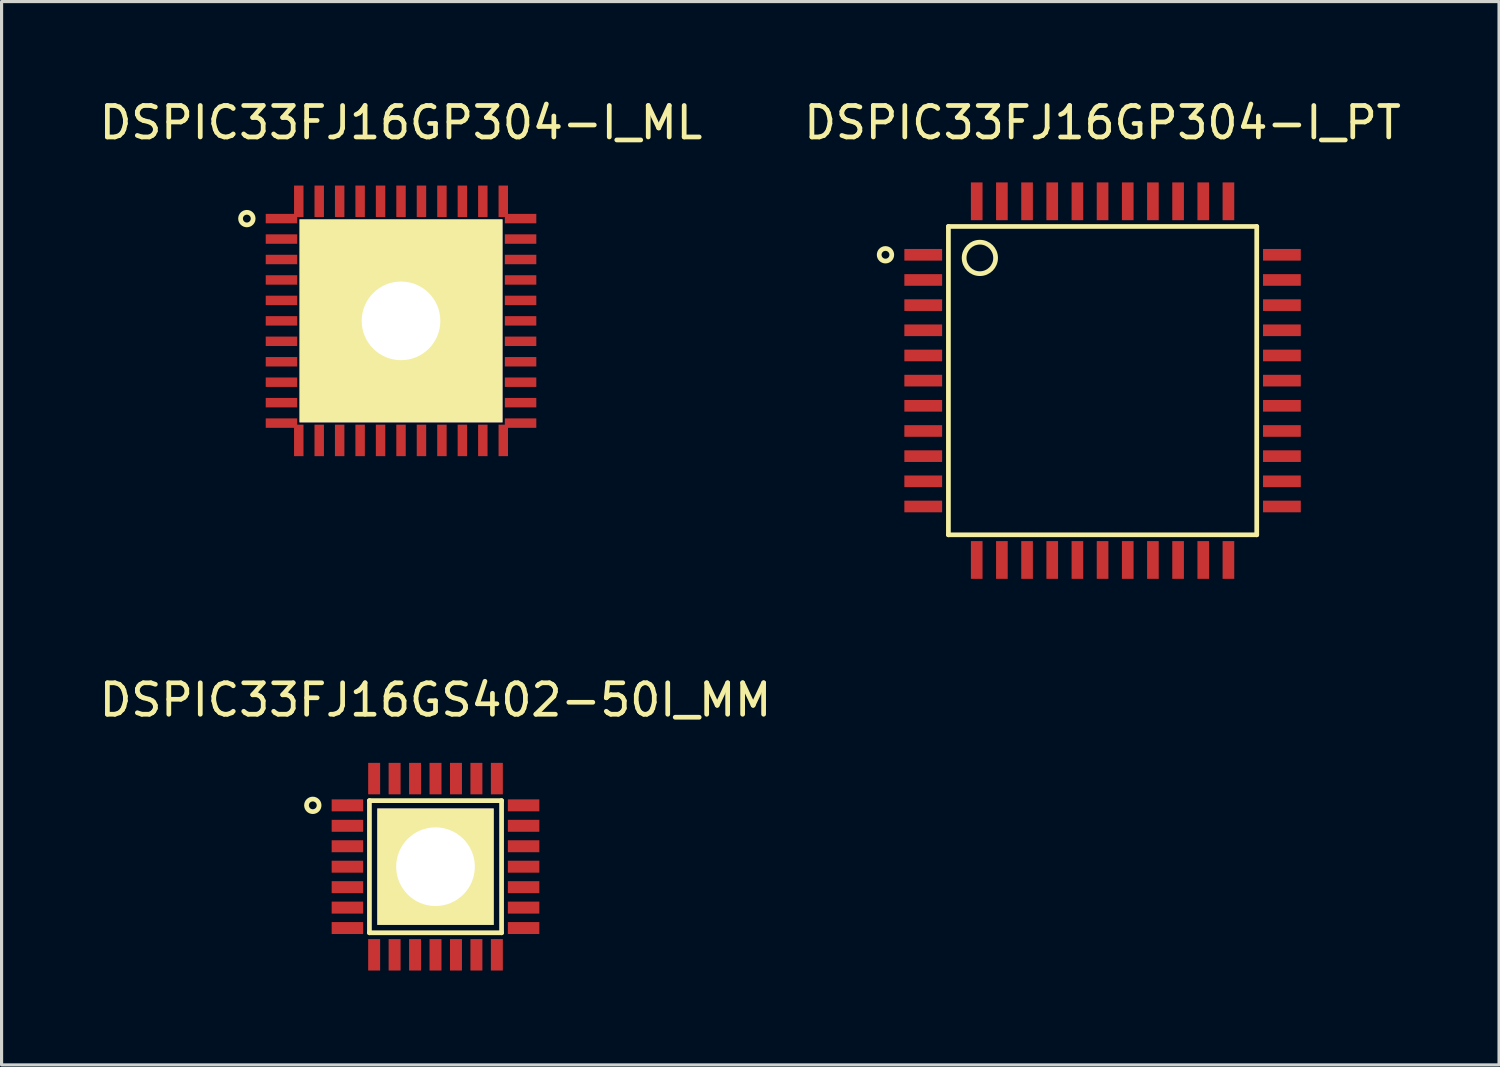
<source format=kicad_pcb>
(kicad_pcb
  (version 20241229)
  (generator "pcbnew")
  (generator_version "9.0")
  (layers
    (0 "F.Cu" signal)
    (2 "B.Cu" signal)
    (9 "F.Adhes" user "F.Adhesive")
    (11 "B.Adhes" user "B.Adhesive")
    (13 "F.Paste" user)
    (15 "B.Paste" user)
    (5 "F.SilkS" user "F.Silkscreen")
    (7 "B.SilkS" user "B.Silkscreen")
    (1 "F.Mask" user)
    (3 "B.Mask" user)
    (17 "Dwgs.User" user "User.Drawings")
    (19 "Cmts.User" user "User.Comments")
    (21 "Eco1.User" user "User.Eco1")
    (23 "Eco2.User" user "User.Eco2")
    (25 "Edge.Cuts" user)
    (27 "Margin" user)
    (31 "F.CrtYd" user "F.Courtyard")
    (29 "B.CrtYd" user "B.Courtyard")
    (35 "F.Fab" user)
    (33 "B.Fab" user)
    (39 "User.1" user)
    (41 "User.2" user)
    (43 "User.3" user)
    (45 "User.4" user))
  (footprint "DSPIC33FJ16GP304-I_PT"
    (layer "F.Cu")
    (at 26.294 3.348)
    (property "Reference" "DSPIC33FJ16GP304-I_PT" (at 5.7 -2.5 0) (layer "F.SilkS") (effects (font (size 1 1) (thickness 0.15))))
    (attr through_hole)
    (fp_line (start 0.8 0.8) (end 0.8 10.6) (stroke (width 0.15) (type solid)) (layer "F.SilkS"))
    (fp_line (start 0.8 0.8) (end 10.6 0.8) (stroke (width 0.15) (type solid)) (layer "F.SilkS"))
    (fp_line (start 0.8 10.6) (end 10.6 10.6) (stroke (width 0.15) (type solid)) (layer "F.SilkS"))
    (fp_line (start 10.6 10.6) (end 10.6 0.8) (stroke (width 0.15) (type solid)) (layer "F.SilkS"))
    (fp_circle (center -1.2 1.7) (end -1.2 1.5) (stroke (width 0.15) (type solid)) (fill no) (layer "F.SilkS"))
    (fp_circle (center 1.8 1.8) (end 1.8 1.3) (stroke (width 0.15) (type solid)) (fill no) (layer "F.SilkS"))
    (pad "1" smd rect (at 0 1.7) (size 1.2 0.37) (layers "F.Cu" "F.Mask" "F.Paste"))
    (pad "2" smd rect (at 0 2.5) (size 1.2 0.37) (layers "F.Cu" "F.Mask" "F.Paste"))
    (pad "3" smd rect (at 0 3.3) (size 1.2 0.37) (layers "F.Cu" "F.Mask" "F.Paste"))
    (pad "4" smd rect (at 0 4.1) (size 1.2 0.37) (layers "F.Cu" "F.Mask" "F.Paste"))
    (pad "5" smd rect (at 0 4.9) (size 1.2 0.37) (layers "F.Cu" "F.Mask" "F.Paste"))
    (pad "6" smd rect (at 0 5.7) (size 1.2 0.37) (layers "F.Cu" "F.Mask" "F.Paste"))
    (pad "7" smd rect (at 0 6.5) (size 1.2 0.37) (layers "F.Cu" "F.Mask" "F.Paste"))
    (pad "8" smd rect (at 0 7.3) (size 1.2 0.37) (layers "F.Cu" "F.Mask" "F.Paste"))
    (pad "9" smd rect (at 0 8.1) (size 1.2 0.37) (layers "F.Cu" "F.Mask" "F.Paste"))
    (pad "10" smd rect (at 0 8.9) (size 1.2 0.37) (layers "F.Cu" "F.Mask" "F.Paste"))
    (pad "11" smd rect (at 0 9.7) (size 1.2 0.37) (layers "F.Cu" "F.Mask" "F.Paste"))
    (pad "12" smd rect (at 1.7 11.4) (size 0.37 1.2) (layers "F.Cu" "F.Mask" "F.Paste"))
    (pad "13" smd rect (at 2.5 11.4) (size 0.37 1.2) (layers "F.Cu" "F.Mask" "F.Paste"))
    (pad "14" smd rect (at 3.3 11.4) (size 0.37 1.2) (layers "F.Cu" "F.Mask" "F.Paste"))
    (pad "15" smd rect (at 4.1 11.4) (size 0.37 1.2) (layers "F.Cu" "F.Mask" "F.Paste"))
    (pad "16" smd rect (at 4.9 11.4) (size 0.37 1.2) (layers "F.Cu" "F.Mask" "F.Paste"))
    (pad "17" smd rect (at 5.7 11.4) (size 0.37 1.2) (layers "F.Cu" "F.Mask" "F.Paste"))
    (pad "18" smd rect (at 6.5 11.4) (size 0.37 1.2) (layers "F.Cu" "F.Mask" "F.Paste"))
    (pad "19" smd rect (at 7.3 11.4) (size 0.37 1.2) (layers "F.Cu" "F.Mask" "F.Paste"))
    (pad "20" smd rect (at 8.1 11.4) (size 0.37 1.2) (layers "F.Cu" "F.Mask" "F.Paste"))
    (pad "21" smd rect (at 8.9 11.4) (size 0.37 1.2) (layers "F.Cu" "F.Mask" "F.Paste"))
    (pad "22" smd rect (at 9.7 11.4) (size 0.37 1.2) (layers "F.Cu" "F.Mask" "F.Paste"))
    (pad "23" smd rect (at 11.4 9.7) (size 1.2 0.37) (layers "F.Cu" "F.Mask" "F.Paste"))
    (pad "24" smd rect (at 11.4 8.9) (size 1.2 0.37) (layers "F.Cu" "F.Mask" "F.Paste"))
    (pad "25" smd rect (at 11.4 8.1) (size 1.2 0.37) (layers "F.Cu" "F.Mask" "F.Paste"))
    (pad "26" smd rect (at 11.4 7.3) (size 1.2 0.37) (layers "F.Cu" "F.Mask" "F.Paste"))
    (pad "27" smd rect (at 11.4 6.5) (size 1.2 0.37) (layers "F.Cu" "F.Mask" "F.Paste"))
    (pad "28" smd rect (at 11.4 5.7) (size 1.2 0.37) (layers "F.Cu" "F.Mask" "F.Paste"))
    (pad "29" smd rect (at 11.4 4.9) (size 1.2 0.37) (layers "F.Cu" "F.Mask" "F.Paste"))
    (pad "30" smd rect (at 11.4 4.1) (size 1.2 0.37) (layers "F.Cu" "F.Mask" "F.Paste"))
    (pad "31" smd rect (at 11.4 3.3) (size 1.2 0.37) (layers "F.Cu" "F.Mask" "F.Paste"))
    (pad "32" smd rect (at 11.4 2.5) (size 1.2 0.37) (layers "F.Cu" "F.Mask" "F.Paste"))
    (pad "33" smd rect (at 11.4 1.7) (size 1.2 0.37) (layers "F.Cu" "F.Mask" "F.Paste"))
    (pad "34" smd rect (at 9.7 0) (size 0.37 1.2) (layers "F.Cu" "F.Mask" "F.Paste"))
    (pad "35" smd rect (at 8.9 0) (size 0.37 1.2) (layers "F.Cu" "F.Mask" "F.Paste"))
    (pad "36" smd rect (at 8.1 0) (size 0.37 1.2) (layers "F.Cu" "F.Mask" "F.Paste"))
    (pad "37" smd rect (at 7.3 0) (size 0.37 1.2) (layers "F.Cu" "F.Mask" "F.Paste"))
    (pad "38" smd rect (at 6.5 0) (size 0.37 1.2) (layers "F.Cu" "F.Mask" "F.Paste"))
    (pad "39" smd rect (at 5.7 0) (size 0.37 1.2) (layers "F.Cu" "F.Mask" "F.Paste"))
    (pad "40" smd rect (at 4.9 0) (size 0.37 1.2) (layers "F.Cu" "F.Mask" "F.Paste"))
    (pad "41" smd rect (at 4.1 0) (size 0.37 1.2) (layers "F.Cu" "F.Mask" "F.Paste"))
    (pad "42" smd rect (at 3.3 0) (size 0.37 1.2) (layers "F.Cu" "F.Mask" "F.Paste"))
    (pad "43" smd rect (at 2.5 0) (size 0.37 1.2) (layers "F.Cu" "F.Mask" "F.Paste"))
    (pad "44" smd rect (at 1.7 0) (size 0.37 1.2) (layers "F.Cu" "F.Mask" "F.Paste")))
  (footprint "DSPIC33FJ16GP304-I_ML"
    (layer "F.Cu")
    (at 5.896 3.348)
    (property "Reference" "DSPIC33FJ16GP304-I_ML" (at 3.8 -2.5 0) (layer "F.SilkS") (effects (font (size 1 1) (thickness 0.15))))
    (attr through_hole)
    (fp_line (start 0.7 0.7) (end 0.7 6.9) (stroke (width 0.15) (type solid)) (layer "F.SilkS"))
    (fp_line (start 0.7 0.7) (end 6.9 0.7) (stroke (width 0.15) (type solid)) (layer "F.SilkS"))
    (fp_line (start 0.7 6.9) (end 6.9 6.9) (stroke (width 0.15) (type solid)) (layer "F.SilkS"))
    (fp_line (start 6.9 6.9) (end 6.9 0.7) (stroke (width 0.15) (type solid)) (layer "F.SilkS"))
    (fp_circle (center -1.1 0.55) (end -1.1 0.35) (stroke (width 0.15) (type solid)) (fill no) (layer "F.SilkS"))
    (fp_circle (center 1.7 1.7) (end 1.7 1.2) (stroke (width 0.15) (type solid)) (fill no) (layer "F.SilkS"))
    (pad "1" smd rect (at 0 0.55) (size 1 0.3) (layers "F.Cu" "F.Mask" "F.Paste"))
    (pad "2" smd rect (at 0 1.2) (size 1 0.3) (layers "F.Cu" "F.Mask" "F.Paste"))
    (pad "3" smd rect (at 0 1.85) (size 1 0.3) (layers "F.Cu" "F.Mask" "F.Paste"))
    (pad "4" smd rect (at 0 2.5) (size 1 0.3) (layers "F.Cu" "F.Mask" "F.Paste"))
    (pad "5" smd rect (at 0 3.15) (size 1 0.3) (layers "F.Cu" "F.Mask" "F.Paste"))
    (pad "6" smd rect (at 0 3.8) (size 1 0.3) (layers "F.Cu" "F.Mask" "F.Paste"))
    (pad "7" smd rect (at 0 4.45) (size 1 0.3) (layers "F.Cu" "F.Mask" "F.Paste"))
    (pad "8" smd rect (at 0 5.1) (size 1 0.3) (layers "F.Cu" "F.Mask" "F.Paste"))
    (pad "9" smd rect (at 0 5.75) (size 1 0.3) (layers "F.Cu" "F.Mask" "F.Paste"))
    (pad "10" smd rect (at 0 6.4) (size 1 0.3) (layers "F.Cu" "F.Mask" "F.Paste"))
    (pad "11" smd rect (at 0 7.05) (size 1 0.3) (layers "F.Cu" "F.Mask" "F.Paste"))
    (pad "12" smd rect (at 0.55 7.6) (size 0.3 1) (layers "F.Cu" "F.Mask" "F.Paste"))
    (pad "13" smd rect (at 1.2 7.6) (size 0.3 1) (layers "F.Cu" "F.Mask" "F.Paste"))
    (pad "14" smd rect (at 1.85 7.6) (size 0.3 1) (layers "F.Cu" "F.Mask" "F.Paste"))
    (pad "15" smd rect (at 2.5 7.6) (size 0.3 1) (layers "F.Cu" "F.Mask" "F.Paste"))
    (pad "16" smd rect (at 3.15 7.6) (size 0.3 1) (layers "F.Cu" "F.Mask" "F.Paste"))
    (pad "17" smd rect (at 3.8 7.6) (size 0.3 1) (layers "F.Cu" "F.Mask" "F.Paste"))
    (pad "18" smd rect (at 4.45 7.6) (size 0.3 1) (layers "F.Cu" "F.Mask" "F.Paste"))
    (pad "19" smd rect (at 5.1 7.6) (size 0.3 1) (layers "F.Cu" "F.Mask" "F.Paste"))
    (pad "20" smd rect (at 5.75 7.6) (size 0.3 1) (layers "F.Cu" "F.Mask" "F.Paste"))
    (pad "21" smd rect (at 6.4 7.6) (size 0.3 1) (layers "F.Cu" "F.Mask" "F.Paste"))
    (pad "22" smd rect (at 7.05 7.6) (size 0.3 1) (layers "F.Cu" "F.Mask" "F.Paste"))
    (pad "23" smd rect (at 7.6 7.05) (size 1 0.3) (layers "F.Cu" "F.Mask" "F.Paste"))
    (pad "24" smd rect (at 7.6 6.4) (size 1 0.3) (layers "F.Cu" "F.Mask" "F.Paste"))
    (pad "25" smd rect (at 7.6 5.75) (size 1 0.3) (layers "F.Cu" "F.Mask" "F.Paste"))
    (pad "26" smd rect (at 7.6 5.1) (size 1 0.3) (layers "F.Cu" "F.Mask" "F.Paste"))
    (pad "27" smd rect (at 7.6 4.45) (size 1 0.3) (layers "F.Cu" "F.Mask" "F.Paste"))
    (pad "28" smd rect (at 7.6 3.8) (size 1 0.3) (layers "F.Cu" "F.Mask" "F.Paste"))
    (pad "29" smd rect (at 7.6 3.15) (size 1 0.3) (layers "F.Cu" "F.Mask" "F.Paste"))
    (pad "30" smd rect (at 7.6 2.5) (size 1 0.3) (layers "F.Cu" "F.Mask" "F.Paste"))
    (pad "31" smd rect (at 7.6 1.85) (size 1 0.3) (layers "F.Cu" "F.Mask" "F.Paste"))
    (pad "32" smd rect (at 7.6 1.2) (size 1 0.3) (layers "F.Cu" "F.Mask" "F.Paste"))
    (pad "33" smd rect (at 7.6 0.55) (size 1 0.3) (layers "F.Cu" "F.Mask" "F.Paste"))
    (pad "34" smd rect (at 7.05 0) (size 0.3 1) (layers "F.Cu" "F.Mask" "F.Paste"))
    (pad "35" smd rect (at 6.4 0) (size 0.3 1) (layers "F.Cu" "F.Mask" "F.Paste"))
    (pad "36" smd rect (at 5.75 0) (size 0.3 1) (layers "F.Cu" "F.Mask" "F.Paste"))
    (pad "37" smd rect (at 5.1 0) (size 0.3 1) (layers "F.Cu" "F.Mask" "F.Paste"))
    (pad "38" smd rect (at 4.45 0) (size 0.3 1) (layers "F.Cu" "F.Mask" "F.Paste"))
    (pad "39" smd rect (at 3.8 0) (size 0.3 1) (layers "F.Cu" "F.Mask" "F.Paste"))
    (pad "40" smd rect (at 3.15 0) (size 0.3 1) (layers "F.Cu" "F.Mask" "F.Paste"))
    (pad "41" smd rect (at 2.5 0) (size 0.3 1) (layers "F.Cu" "F.Mask" "F.Paste"))
    (pad "42" smd rect (at 1.85 0) (size 0.3 1) (layers "F.Cu" "F.Mask" "F.Paste"))
    (pad "43" smd rect (at 1.2 0) (size 0.3 1) (layers "F.Cu" "F.Mask" "F.Paste"))
    (pad "44" smd rect (at 0.55 0) (size 0.3 1) (layers "F.Cu" "F.Mask" "F.Paste"))
    (pad "999" thru_hole rect (at 3.8 3.8) (size 6.45 6.45) (drill 2.5) (layers "*.Cu" "*.Mask" "F.SilkS")))
  (footprint "DSPIC33FJ16GS402-50I_MM"
    (layer "F.Cu")
    (at 7.992 21.697)
    (property "Reference" "DSPIC33FJ16GS402-50I_MM" (at 2.8 -2.5 0) (layer "F.SilkS") (effects (font (size 1 1) (thickness 0.15))))
    (attr through_hole)
    (fp_line (start 0.7 0.7) (end 0.7 4.9) (stroke (width 0.15) (type solid)) (layer "F.SilkS"))
    (fp_line (start 0.7 0.7) (end 4.9 0.7) (stroke (width 0.15) (type solid)) (layer "F.SilkS"))
    (fp_line (start 0.7 4.9) (end 4.9 4.9) (stroke (width 0.15) (type solid)) (layer "F.SilkS"))
    (fp_line (start 4.9 4.9) (end 4.9 0.7) (stroke (width 0.15) (type solid)) (layer "F.SilkS"))
    (fp_circle (center -1.1 0.85) (end -1.1 0.65) (stroke (width 0.15) (type solid)) (fill no) (layer "F.SilkS"))
    (fp_circle (center 1.7 1.7) (end 1.7 1.2) (stroke (width 0.15) (type solid)) (fill no) (layer "F.SilkS"))
    (pad "1" smd rect (at 0 0.85) (size 1 0.38) (layers "F.Cu" "F.Mask" "F.Paste"))
    (pad "2" smd rect (at 0 1.5) (size 1 0.38) (layers "F.Cu" "F.Mask" "F.Paste"))
    (pad "3" smd rect (at 0 2.15) (size 1 0.38) (layers "F.Cu" "F.Mask" "F.Paste"))
    (pad "4" smd rect (at 0 2.8) (size 1 0.38) (layers "F.Cu" "F.Mask" "F.Paste"))
    (pad "5" smd rect (at 0 3.45) (size 1 0.38) (layers "F.Cu" "F.Mask" "F.Paste"))
    (pad "6" smd rect (at 0 4.1) (size 1 0.38) (layers "F.Cu" "F.Mask" "F.Paste"))
    (pad "7" smd rect (at 0 4.75) (size 1 0.38) (layers "F.Cu" "F.Mask" "F.Paste"))
    (pad "8" smd rect (at 0.85 5.6) (size 0.38 1) (layers "F.Cu" "F.Mask" "F.Paste"))
    (pad "9" smd rect (at 1.5 5.6) (size 0.38 1) (layers "F.Cu" "F.Mask" "F.Paste"))
    (pad "10" smd rect (at 2.15 5.6) (size 0.38 1) (layers "F.Cu" "F.Mask" "F.Paste"))
    (pad "11" smd rect (at 2.8 5.6) (size 0.38 1) (layers "F.Cu" "F.Mask" "F.Paste"))
    (pad "12" smd rect (at 3.45 5.6) (size 0.38 1) (layers "F.Cu" "F.Mask" "F.Paste"))
    (pad "13" smd rect (at 4.1 5.6) (size 0.38 1) (layers "F.Cu" "F.Mask" "F.Paste"))
    (pad "14" smd rect (at 4.75 5.6) (size 0.38 1) (layers "F.Cu" "F.Mask" "F.Paste"))
    (pad "15" smd rect (at 5.6 4.75) (size 1 0.38) (layers "F.Cu" "F.Mask" "F.Paste"))
    (pad "16" smd rect (at 5.6 4.1) (size 1 0.38) (layers "F.Cu" "F.Mask" "F.Paste"))
    (pad "17" smd rect (at 5.6 3.45) (size 1 0.38) (layers "F.Cu" "F.Mask" "F.Paste"))
    (pad "18" smd rect (at 5.6 2.8) (size 1 0.38) (layers "F.Cu" "F.Mask" "F.Paste"))
    (pad "19" smd rect (at 5.6 2.15) (size 1 0.38) (layers "F.Cu" "F.Mask" "F.Paste"))
    (pad "20" smd rect (at 5.6 1.5) (size 1 0.38) (layers "F.Cu" "F.Mask" "F.Paste"))
    (pad "21" smd rect (at 5.6 0.85) (size 1 0.38) (layers "F.Cu" "F.Mask" "F.Paste"))
    (pad "22" smd rect (at 4.75 0) (size 0.38 1) (layers "F.Cu" "F.Mask" "F.Paste"))
    (pad "23" smd rect (at 4.1 0) (size 0.38 1) (layers "F.Cu" "F.Mask" "F.Paste"))
    (pad "24" smd rect (at 3.45 0) (size 0.38 1) (layers "F.Cu" "F.Mask" "F.Paste"))
    (pad "25" smd rect (at 2.8 0) (size 0.38 1) (layers "F.Cu" "F.Mask" "F.Paste"))
    (pad "26" smd rect (at 2.15 0) (size 0.38 1) (layers "F.Cu" "F.Mask" "F.Paste"))
    (pad "27" smd rect (at 1.5 0) (size 0.38 1) (layers "F.Cu" "F.Mask" "F.Paste"))
    (pad "28" smd rect (at 0.85 0) (size 0.38 1) (layers "F.Cu" "F.Mask" "F.Paste"))
    (pad "999" thru_hole rect (at 2.8 2.8) (size 3.7 3.7) (drill 2.5) (layers "*.Cu" "*.Mask" "F.SilkS")))
  (gr_rect
    (start -3 -3)
    (end 44.595 30.797)
    (stroke (width 0.1) (type default))
    (fill no)
    (layer "Edge.Cuts")))
</source>
